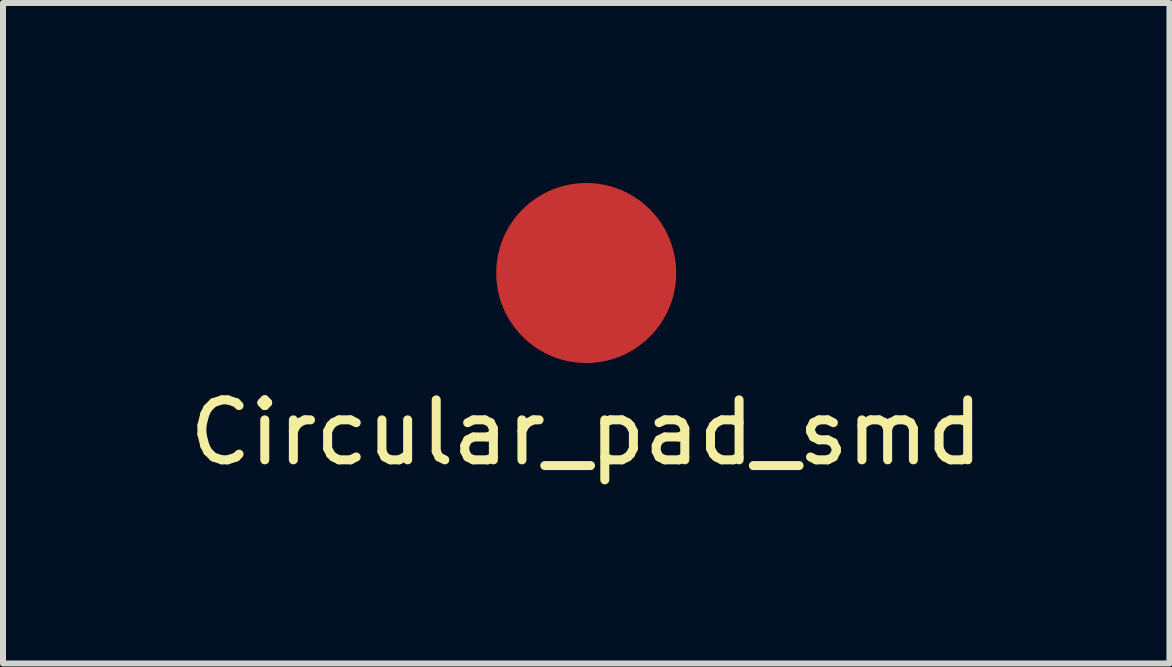
<source format=kicad_pcb>
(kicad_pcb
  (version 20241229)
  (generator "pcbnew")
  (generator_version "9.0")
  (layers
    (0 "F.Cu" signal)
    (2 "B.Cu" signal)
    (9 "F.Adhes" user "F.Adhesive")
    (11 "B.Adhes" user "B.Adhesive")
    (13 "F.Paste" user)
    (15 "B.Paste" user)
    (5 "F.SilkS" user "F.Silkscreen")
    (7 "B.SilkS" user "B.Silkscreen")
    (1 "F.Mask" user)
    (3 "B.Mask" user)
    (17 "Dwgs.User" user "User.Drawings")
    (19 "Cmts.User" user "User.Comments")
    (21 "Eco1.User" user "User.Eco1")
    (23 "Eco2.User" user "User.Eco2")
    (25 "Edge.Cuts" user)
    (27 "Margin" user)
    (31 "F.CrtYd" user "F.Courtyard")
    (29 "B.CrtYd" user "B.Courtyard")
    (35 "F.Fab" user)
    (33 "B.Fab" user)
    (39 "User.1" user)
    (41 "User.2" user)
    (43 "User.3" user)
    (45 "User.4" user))
  (footprint "Circular_pad_smd"
    (layer "F.Cu")
    (at 6.72 3.659)
    (property "Reference" "Circular_pad_smd" (at 0 0.5 0) (layer "F.SilkS") (effects (font (size 1 1) (thickness 0.15))))
    (attr through_hole)
    (pad "1" smd circle (at 0 -2.159) (size 3 3) (layers "F.Cu" "F.Mask" "F.Paste")))
  (gr_rect
    (start -3 -3)
    (end 16.44 8.007)
    (stroke (width 0.1) (type default))
    (fill no)
    (layer "Edge.Cuts")))
</source>
